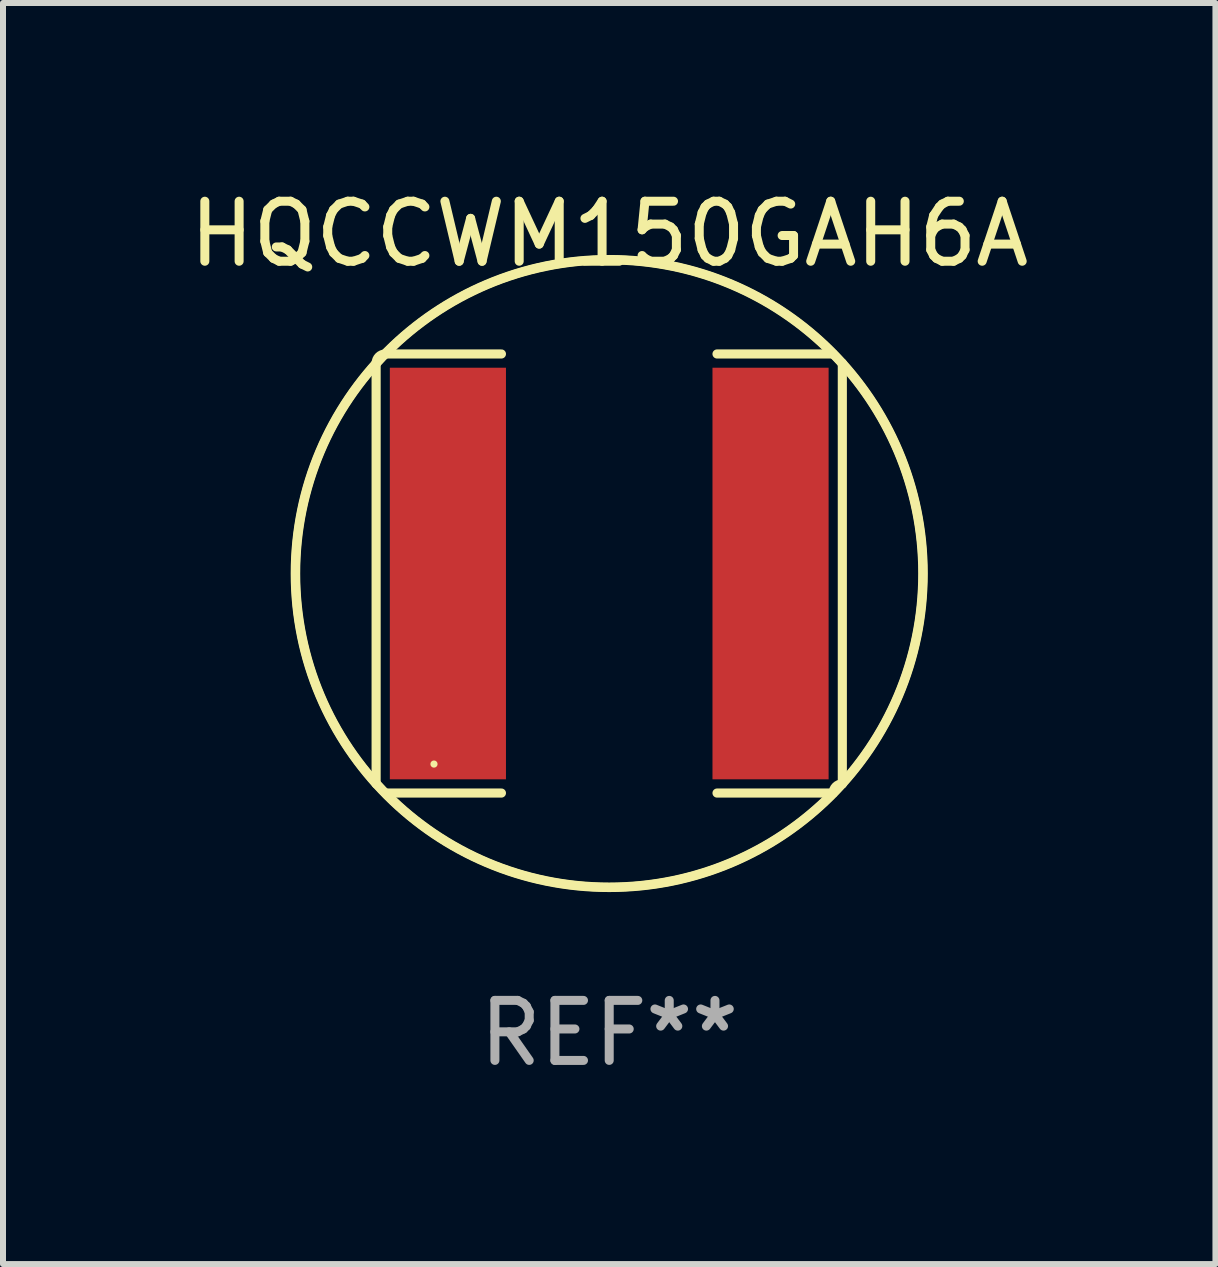
<source format=kicad_pcb>
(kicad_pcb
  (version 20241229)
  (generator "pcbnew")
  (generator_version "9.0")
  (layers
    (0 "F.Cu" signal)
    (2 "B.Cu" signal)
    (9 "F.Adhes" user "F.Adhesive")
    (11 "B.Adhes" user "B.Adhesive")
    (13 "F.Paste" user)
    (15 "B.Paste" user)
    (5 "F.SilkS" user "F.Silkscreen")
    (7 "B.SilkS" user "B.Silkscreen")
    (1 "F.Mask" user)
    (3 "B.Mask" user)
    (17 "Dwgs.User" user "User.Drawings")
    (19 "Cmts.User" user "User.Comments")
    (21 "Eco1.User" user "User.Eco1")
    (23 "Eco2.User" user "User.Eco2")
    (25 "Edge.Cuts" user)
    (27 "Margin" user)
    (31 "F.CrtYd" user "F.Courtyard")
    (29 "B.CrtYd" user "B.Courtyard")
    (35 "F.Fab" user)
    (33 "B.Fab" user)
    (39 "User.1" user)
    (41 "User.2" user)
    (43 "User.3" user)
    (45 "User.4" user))
  (footprint "HQCCWM150GAH6A"
    (layer "F.Cu")
    (at 7.101 6.506)
    (property "Reference" "HQCCWM150GAH6A" (at 0 -5.658 0) (layer "F.SilkS") (effects (font (size 1 1) (thickness 0.15))))
    (attr through_hole)
    (fp_line (start -3.884 -3.505) (end -3.884 3.505) (stroke (width 0.152) (type solid)) (layer "F.SilkS"))
    (fp_line (start -3.731 3.658) (end -1.796 3.658) (stroke (width 0.152) (type solid)) (layer "F.SilkS"))
    (fp_line (start -1.796 -3.658) (end -3.731 -3.658) (stroke (width 0.152) (type solid)) (layer "F.SilkS"))
    (fp_line (start 1.796 -3.658) (end 3.731 -3.658) (stroke (width 0.152) (type solid)) (layer "F.SilkS"))
    (fp_line (start 3.731 3.658) (end 1.796 3.658) (stroke (width 0.152) (type solid)) (layer "F.SilkS"))
    (fp_line (start 3.884 -3.505) (end 3.884 3.505) (stroke (width 0.152) (type solid)) (layer "F.SilkS"))
    (fp_arc (start -3.8836 -3.505199) (mid -3.838963 -3.612963) (end -3.731199 -3.6576) (stroke (width 0.1524) (type solid)) (layer "F.SilkS"))
    (fp_arc (start -3.883599 3.505199) (mid 3.883577 -3.505177) (end -3.883599 3.505199) (stroke (width 0.1524) (type solid)) (layer "F.SilkS"))
    (fp_arc (start 3.731198 3.6576) (mid 3.775835 3.549836) (end 3.883599 3.505199) (stroke (width 0.1524) (type solid)) (layer "F.SilkS"))
    (fp_arc (start 3.731199 -3.6576) (mid -3.731221 3.657622) (end 3.731199 -3.6576) (stroke (width 0.1524) (type solid)) (layer "F.SilkS"))
    (fp_circle (center -2.92 3.175) (end -2.89 3.175) (stroke (width 0.06) (type solid)) (fill no) (layer "F.SilkS"))
    (fp_text user "REF**" (at 0 7.658 0) (layer "F.Fab") (effects (font (size 1 1) (thickness 0.15))))
    (pad "1" smd rect (at -2.688 0) (size 1.935 6.858) (layers "F.Cu" "F.Mask" "F.Paste"))
    (pad "2" smd rect (at 2.688 0) (size 1.935 6.858) (layers "F.Cu" "F.Mask" "F.Paste")))
  (gr_rect
    (start -3 -3)
    (end 17.202 18.012)
    (stroke (width 0.1) (type default))
    (fill no)
    (layer "Edge.Cuts")))
</source>
